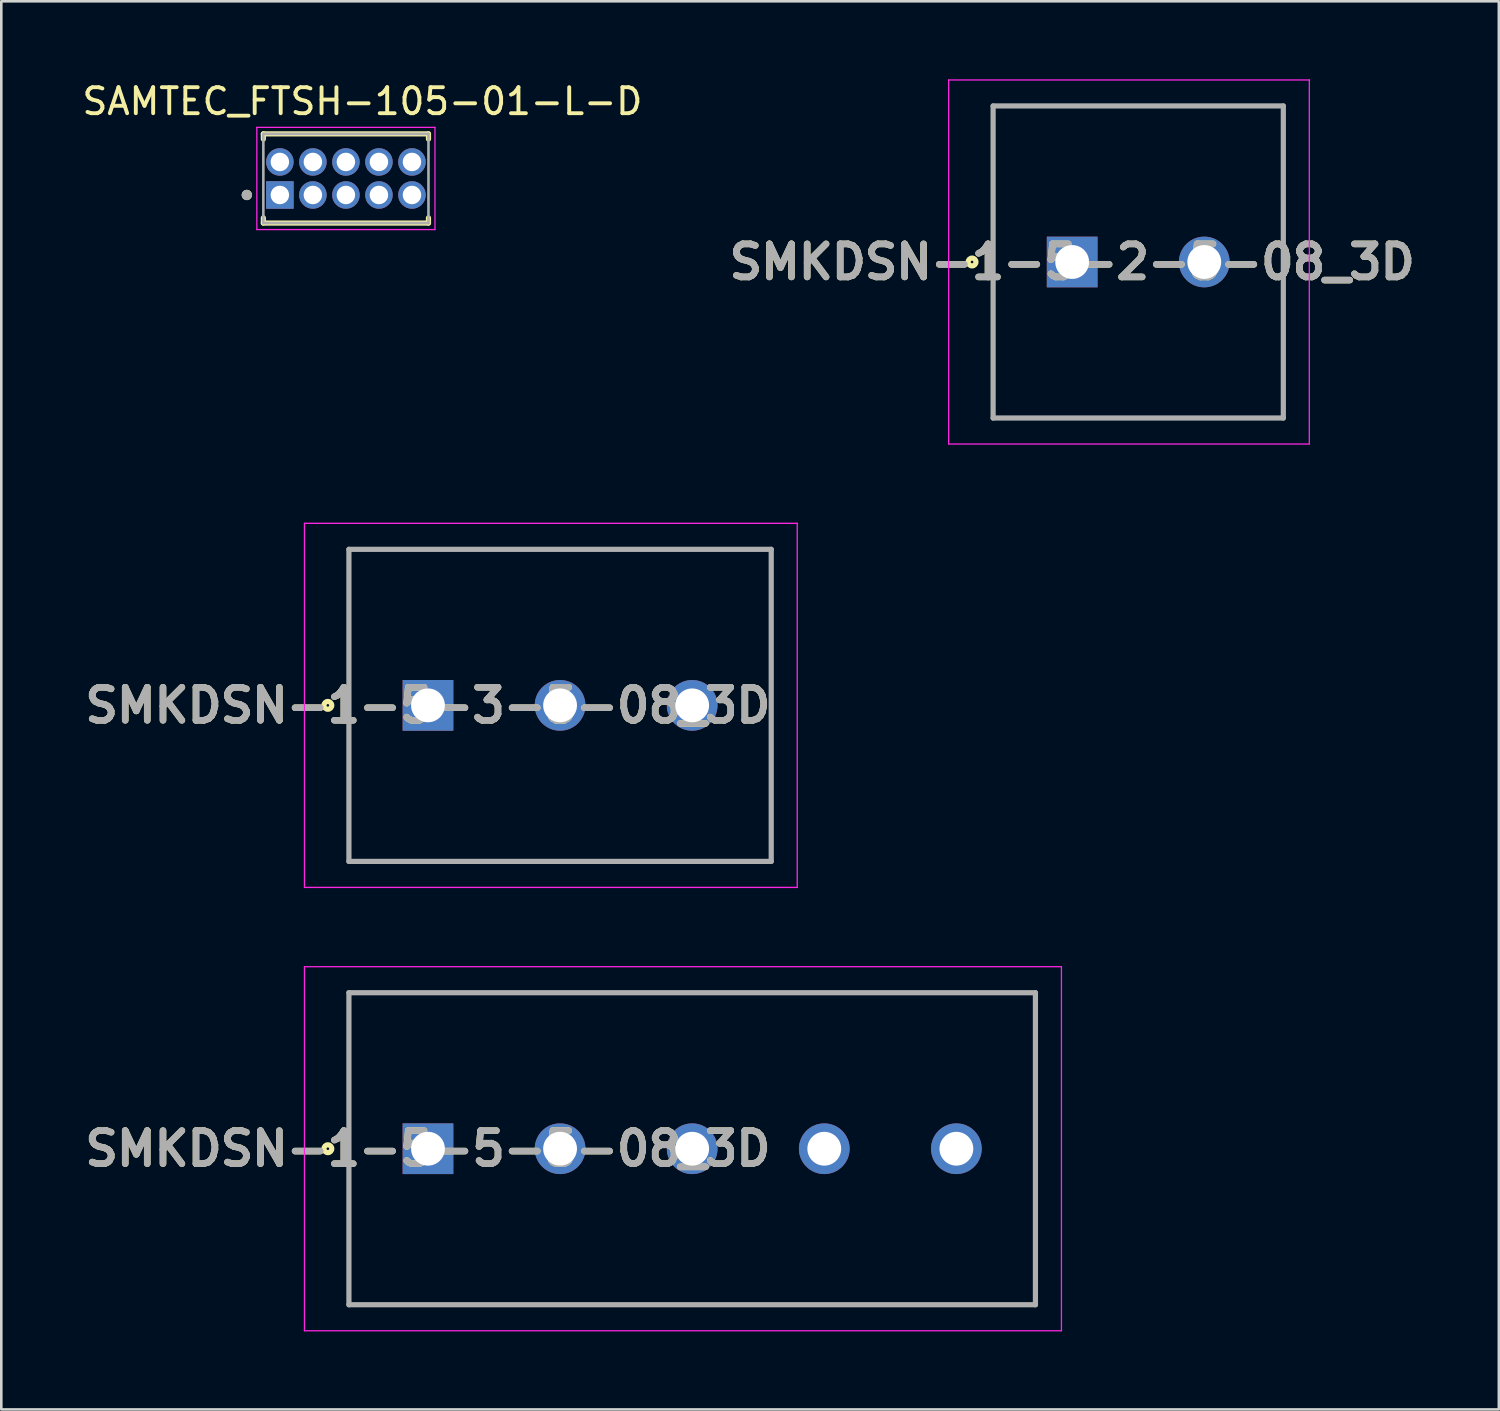
<source format=kicad_pcb>
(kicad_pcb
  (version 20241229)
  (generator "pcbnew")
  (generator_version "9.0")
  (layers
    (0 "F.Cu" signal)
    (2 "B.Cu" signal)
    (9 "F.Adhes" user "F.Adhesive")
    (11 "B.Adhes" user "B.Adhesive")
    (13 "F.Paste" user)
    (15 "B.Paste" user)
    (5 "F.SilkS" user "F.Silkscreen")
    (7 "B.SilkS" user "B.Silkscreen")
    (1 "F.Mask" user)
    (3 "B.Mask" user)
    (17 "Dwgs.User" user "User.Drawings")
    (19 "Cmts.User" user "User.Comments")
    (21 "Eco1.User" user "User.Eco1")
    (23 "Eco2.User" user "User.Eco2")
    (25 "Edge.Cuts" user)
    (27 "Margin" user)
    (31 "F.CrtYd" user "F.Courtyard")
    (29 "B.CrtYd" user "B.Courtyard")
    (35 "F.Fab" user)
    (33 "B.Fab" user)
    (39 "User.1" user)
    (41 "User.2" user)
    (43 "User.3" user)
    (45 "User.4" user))
  (footprint "SMKDSN-1-5-2-5-08_3D"
    (layer "F.Cu")
    (at 38.181 7.025)
    (property "Reference" "SMKDSN-1-5-2-5-08_3D" (at 0 0 0) (layer "F.SilkS") (effects (font (size 1.27 1.27) (thickness 0.254))))
    (attr through_hole)
    (fp_line (start -3.04 -6) (end 8.12 -6) (stroke (width 0.1) (type solid)) (layer "F.SilkS"))
    (fp_line (start -3.04 6) (end -3.04 -6) (stroke (width 0.1) (type solid)) (layer "F.SilkS"))
    (fp_line (start 8.12 -6) (end 8.12 6) (stroke (width 0.1) (type solid)) (layer "F.SilkS"))
    (fp_line (start 8.12 6) (end -3.04 6) (stroke (width 0.1) (type solid)) (layer "F.SilkS"))
    (fp_circle (center -3.85 0) (end -3.85 0.05) (stroke (width 0.2) (type solid)) (fill no) (layer "F.SilkS"))
    (fp_line (start -4.75 -7) (end 9.12 -7) (stroke (width 0.05) (type solid)) (layer "F.CrtYd"))
    (fp_line (start -4.75 7) (end -4.75 -7) (stroke (width 0.05) (type solid)) (layer "F.CrtYd"))
    (fp_line (start 9.12 -7) (end 9.12 7) (stroke (width 0.05) (type solid)) (layer "F.CrtYd"))
    (fp_line (start 9.12 7) (end -4.75 7) (stroke (width 0.05) (type solid)) (layer "F.CrtYd"))
    (fp_line (start -3.04 -6) (end 8.12 -6) (stroke (width 0.2) (type solid)) (layer "F.Fab"))
    (fp_line (start -3.04 6) (end -3.04 -6) (stroke (width 0.2) (type solid)) (layer "F.Fab"))
    (fp_line (start 8.12 -6) (end 8.12 6) (stroke (width 0.2) (type solid)) (layer "F.Fab"))
    (fp_line (start 8.12 6) (end -3.04 6) (stroke (width 0.2) (type solid)) (layer "F.Fab"))
    (fp_text user "${REFERENCE}" (at 0 0 0) (layer "F.Fab") (effects (font (size 1.27 1.27) (thickness 0.254))))
    (pad "1" thru_hole rect (at 0 0) (size 1.95 1.95) (drill 1.3) (layers "*.Cu" "*.Mask"))
    (pad "2" thru_hole circle (at 5.08 0) (size 1.95 1.95) (drill 1.3) (layers "*.Cu" "*.Mask")))
  (footprint "SMKDSN-1-5-3-5-08_3D"
    (layer "F.Cu")
    (at 13.408 24.075)
    (property "Reference" "SMKDSN-1-5-3-5-08_3D" (at 0 0 0) (layer "F.SilkS") (effects (font (size 1.27 1.27) (thickness 0.254))))
    (attr through_hole)
    (fp_line (start -3.04 -6) (end 13.2 -6) (stroke (width 0.1) (type solid)) (layer "F.SilkS"))
    (fp_line (start -3.04 6) (end -3.04 -6) (stroke (width 0.1) (type solid)) (layer "F.SilkS"))
    (fp_line (start 13.2 -6) (end 13.2 6) (stroke (width 0.1) (type solid)) (layer "F.SilkS"))
    (fp_line (start 13.2 6) (end -3.04 6) (stroke (width 0.1) (type solid)) (layer "F.SilkS"))
    (fp_circle (center -3.85 0) (end -3.85 0.05) (stroke (width 0.2) (type solid)) (fill no) (layer "F.SilkS"))
    (fp_line (start -4.75 -7) (end 14.2 -7) (stroke (width 0.05) (type solid)) (layer "F.CrtYd"))
    (fp_line (start -4.75 7) (end -4.75 -7) (stroke (width 0.05) (type solid)) (layer "F.CrtYd"))
    (fp_line (start 14.2 -7) (end 14.2 7) (stroke (width 0.05) (type solid)) (layer "F.CrtYd"))
    (fp_line (start 14.2 7) (end -4.75 7) (stroke (width 0.05) (type solid)) (layer "F.CrtYd"))
    (fp_line (start -3.04 -6) (end 13.2 -6) (stroke (width 0.2) (type solid)) (layer "F.Fab"))
    (fp_line (start -3.04 6) (end -3.04 -6) (stroke (width 0.2) (type solid)) (layer "F.Fab"))
    (fp_line (start 13.2 -6) (end 13.2 6) (stroke (width 0.2) (type solid)) (layer "F.Fab"))
    (fp_line (start 13.2 6) (end -3.04 6) (stroke (width 0.2) (type solid)) (layer "F.Fab"))
    (fp_text user "${REFERENCE}" (at 0 0 0) (layer "F.Fab") (effects (font (size 1.27 1.27) (thickness 0.254))))
    (pad "1" thru_hole rect (at 0 0) (size 1.95 1.95) (drill 1.3) (layers "*.Cu" "*.Mask"))
    (pad "2" thru_hole circle (at 5.08 0) (size 1.95 1.95) (drill 1.3) (layers "*.Cu" "*.Mask"))
    (pad "3" thru_hole circle (at 10.16 0) (size 1.95 1.95) (drill 1.3) (layers "*.Cu" "*.Mask")))
  (footprint "SMKDSN-1-5-5-5-08_3D"
    (layer "F.Cu")
    (at 13.408 41.125)
    (property "Reference" "SMKDSN-1-5-5-5-08_3D" (at 0 0 0) (layer "F.SilkS") (effects (font (size 1.27 1.27) (thickness 0.254))))
    (attr through_hole)
    (fp_line (start -3.04 -6) (end 23.36 -6) (stroke (width 0.1) (type solid)) (layer "F.SilkS"))
    (fp_line (start -3.04 6) (end -3.04 -6) (stroke (width 0.1) (type solid)) (layer "F.SilkS"))
    (fp_line (start 23.36 -6) (end 23.36 6) (stroke (width 0.1) (type solid)) (layer "F.SilkS"))
    (fp_line (start 23.36 6) (end -3.04 6) (stroke (width 0.1) (type solid)) (layer "F.SilkS"))
    (fp_circle (center -3.85 0) (end -3.85 0.05) (stroke (width 0.2) (type solid)) (fill no) (layer "F.SilkS"))
    (fp_line (start -4.75 -7) (end 24.36 -7) (stroke (width 0.05) (type solid)) (layer "F.CrtYd"))
    (fp_line (start -4.75 7) (end -4.75 -7) (stroke (width 0.05) (type solid)) (layer "F.CrtYd"))
    (fp_line (start 24.36 -7) (end 24.36 7) (stroke (width 0.05) (type solid)) (layer "F.CrtYd"))
    (fp_line (start 24.36 7) (end -4.75 7) (stroke (width 0.05) (type solid)) (layer "F.CrtYd"))
    (fp_line (start -3.04 -6) (end 23.36 -6) (stroke (width 0.2) (type solid)) (layer "F.Fab"))
    (fp_line (start -3.04 6) (end -3.04 -6) (stroke (width 0.2) (type solid)) (layer "F.Fab"))
    (fp_line (start 23.36 -6) (end 23.36 6) (stroke (width 0.2) (type solid)) (layer "F.Fab"))
    (fp_line (start 23.36 6) (end -3.04 6) (stroke (width 0.2) (type solid)) (layer "F.Fab"))
    (fp_text user "${REFERENCE}" (at 0 0 0) (layer "F.Fab") (effects (font (size 1.27 1.27) (thickness 0.254))))
    (pad "1" thru_hole rect (at 0 0) (size 1.95 1.95) (drill 1.3) (layers "*.Cu" "*.Mask"))
    (pad "2" thru_hole circle (at 5.08 0) (size 1.95 1.95) (drill 1.3) (layers "*.Cu" "*.Mask"))
    (pad "3" thru_hole circle (at 10.16 0) (size 1.95 1.95) (drill 1.3) (layers "*.Cu" "*.Mask"))
    (pad "4" thru_hole circle (at 15.24 0) (size 1.95 1.95) (drill 1.3) (layers "*.Cu" "*.Mask"))
    (pad "5" thru_hole circle (at 20.32 0) (size 1.95 1.95) (drill 1.3) (layers "*.Cu" "*.Mask")))
  (footprint "SAMTEC_FTSH-105-01-L-D"
    (layer "F.Cu")
    (at 7.712 4.448)
    (property "Reference" "SAMTEC_FTSH-105-01-L-D" (at 3.175 -3.6 0) (layer "F.SilkS") (effects (font (size 1 1) (thickness 0.15))))
    (attr through_hole)
    (fp_line (start -0.635 -2.35) (end -0.635 -2.15) (stroke (width 0.2) (type solid)) (layer "F.SilkS"))
    (fp_line (start -0.635 -2.35) (end 5.715 -2.35) (stroke (width 0.2) (type solid)) (layer "F.SilkS"))
    (fp_line (start -0.635 1.08) (end -0.635 0.88) (stroke (width 0.2) (type solid)) (layer "F.SilkS"))
    (fp_line (start -0.635 1.08) (end 5.715 1.08) (stroke (width 0.2) (type solid)) (layer "F.SilkS"))
    (fp_line (start 5.715 -2.35) (end 5.715 -2.15) (stroke (width 0.2) (type solid)) (layer "F.SilkS"))
    (fp_line (start 5.715 1.08) (end 5.715 0.88) (stroke (width 0.2) (type solid)) (layer "F.SilkS"))
    (fp_circle (center -1.27 0) (end -1.17 0) (stroke (width 0.2) (type solid)) (fill no) (layer "F.SilkS"))
    (fp_line (start -0.885 -2.6) (end -0.885 1.33) (stroke (width 0.05) (type solid)) (layer "F.CrtYd"))
    (fp_line (start -0.885 -2.6) (end 5.965 -2.6) (stroke (width 0.05) (type solid)) (layer "F.CrtYd"))
    (fp_line (start 5.965 -2.6) (end 5.965 1.33) (stroke (width 0.05) (type solid)) (layer "F.CrtYd"))
    (fp_line (start 5.965 1.33) (end -0.885 1.33) (stroke (width 0.05) (type solid)) (layer "F.CrtYd"))
    (fp_line (start -0.635 -2.35) (end -0.635 1.08) (stroke (width 0.1) (type solid)) (layer "F.Fab"))
    (fp_line (start -0.635 -2.35) (end 5.715 -2.35) (stroke (width 0.1) (type solid)) (layer "F.Fab"))
    (fp_line (start -0.635 1.08) (end 5.715 1.08) (stroke (width 0.1) (type solid)) (layer "F.Fab"))
    (fp_line (start 5.715 -2.35) (end 5.715 1.08) (stroke (width 0.1) (type solid)) (layer "F.Fab"))
    (fp_circle (center -1.27 0) (end -1.17 0) (stroke (width 0.2) (type solid)) (fill no) (layer "F.Fab"))
    (pad "01" thru_hole rect (at 0 0) (size 1.06 1.06) (drill 0.71) (layers "*.Cu" "*.Mask"))
    (pad "02" thru_hole circle (at 0 -1.27) (size 1.06 1.06) (drill 0.71) (layers "*.Cu" "*.Mask"))
    (pad "03" thru_hole circle (at 1.27 0) (size 1.06 1.06) (drill 0.71) (layers "*.Cu" "*.Mask"))
    (pad "04" thru_hole circle (at 1.27 -1.27) (size 1.06 1.06) (drill 0.71) (layers "*.Cu" "*.Mask"))
    (pad "05" thru_hole circle (at 2.54 0) (size 1.06 1.06) (drill 0.71) (layers "*.Cu" "*.Mask"))
    (pad "06" thru_hole circle (at 2.54 -1.27) (size 1.06 1.06) (drill 0.71) (layers "*.Cu" "*.Mask"))
    (pad "07" thru_hole circle (at 3.81 0) (size 1.06 1.06) (drill 0.71) (layers "*.Cu" "*.Mask"))
    (pad "08" thru_hole circle (at 3.81 -1.27) (size 1.06 1.06) (drill 0.71) (layers "*.Cu" "*.Mask"))
    (pad "09" thru_hole circle (at 5.08 0) (size 1.06 1.06) (drill 0.71) (layers "*.Cu" "*.Mask"))
    (pad "10" thru_hole circle (at 5.08 -1.27) (size 1.06 1.06) (drill 0.71) (layers "*.Cu" "*.Mask")))
  (gr_rect
    (start -3 -3)
    (end 54.589 51.15)
    (stroke (width 0.1) (type default))
    (fill no)
    (layer "Edge.Cuts")))
</source>
